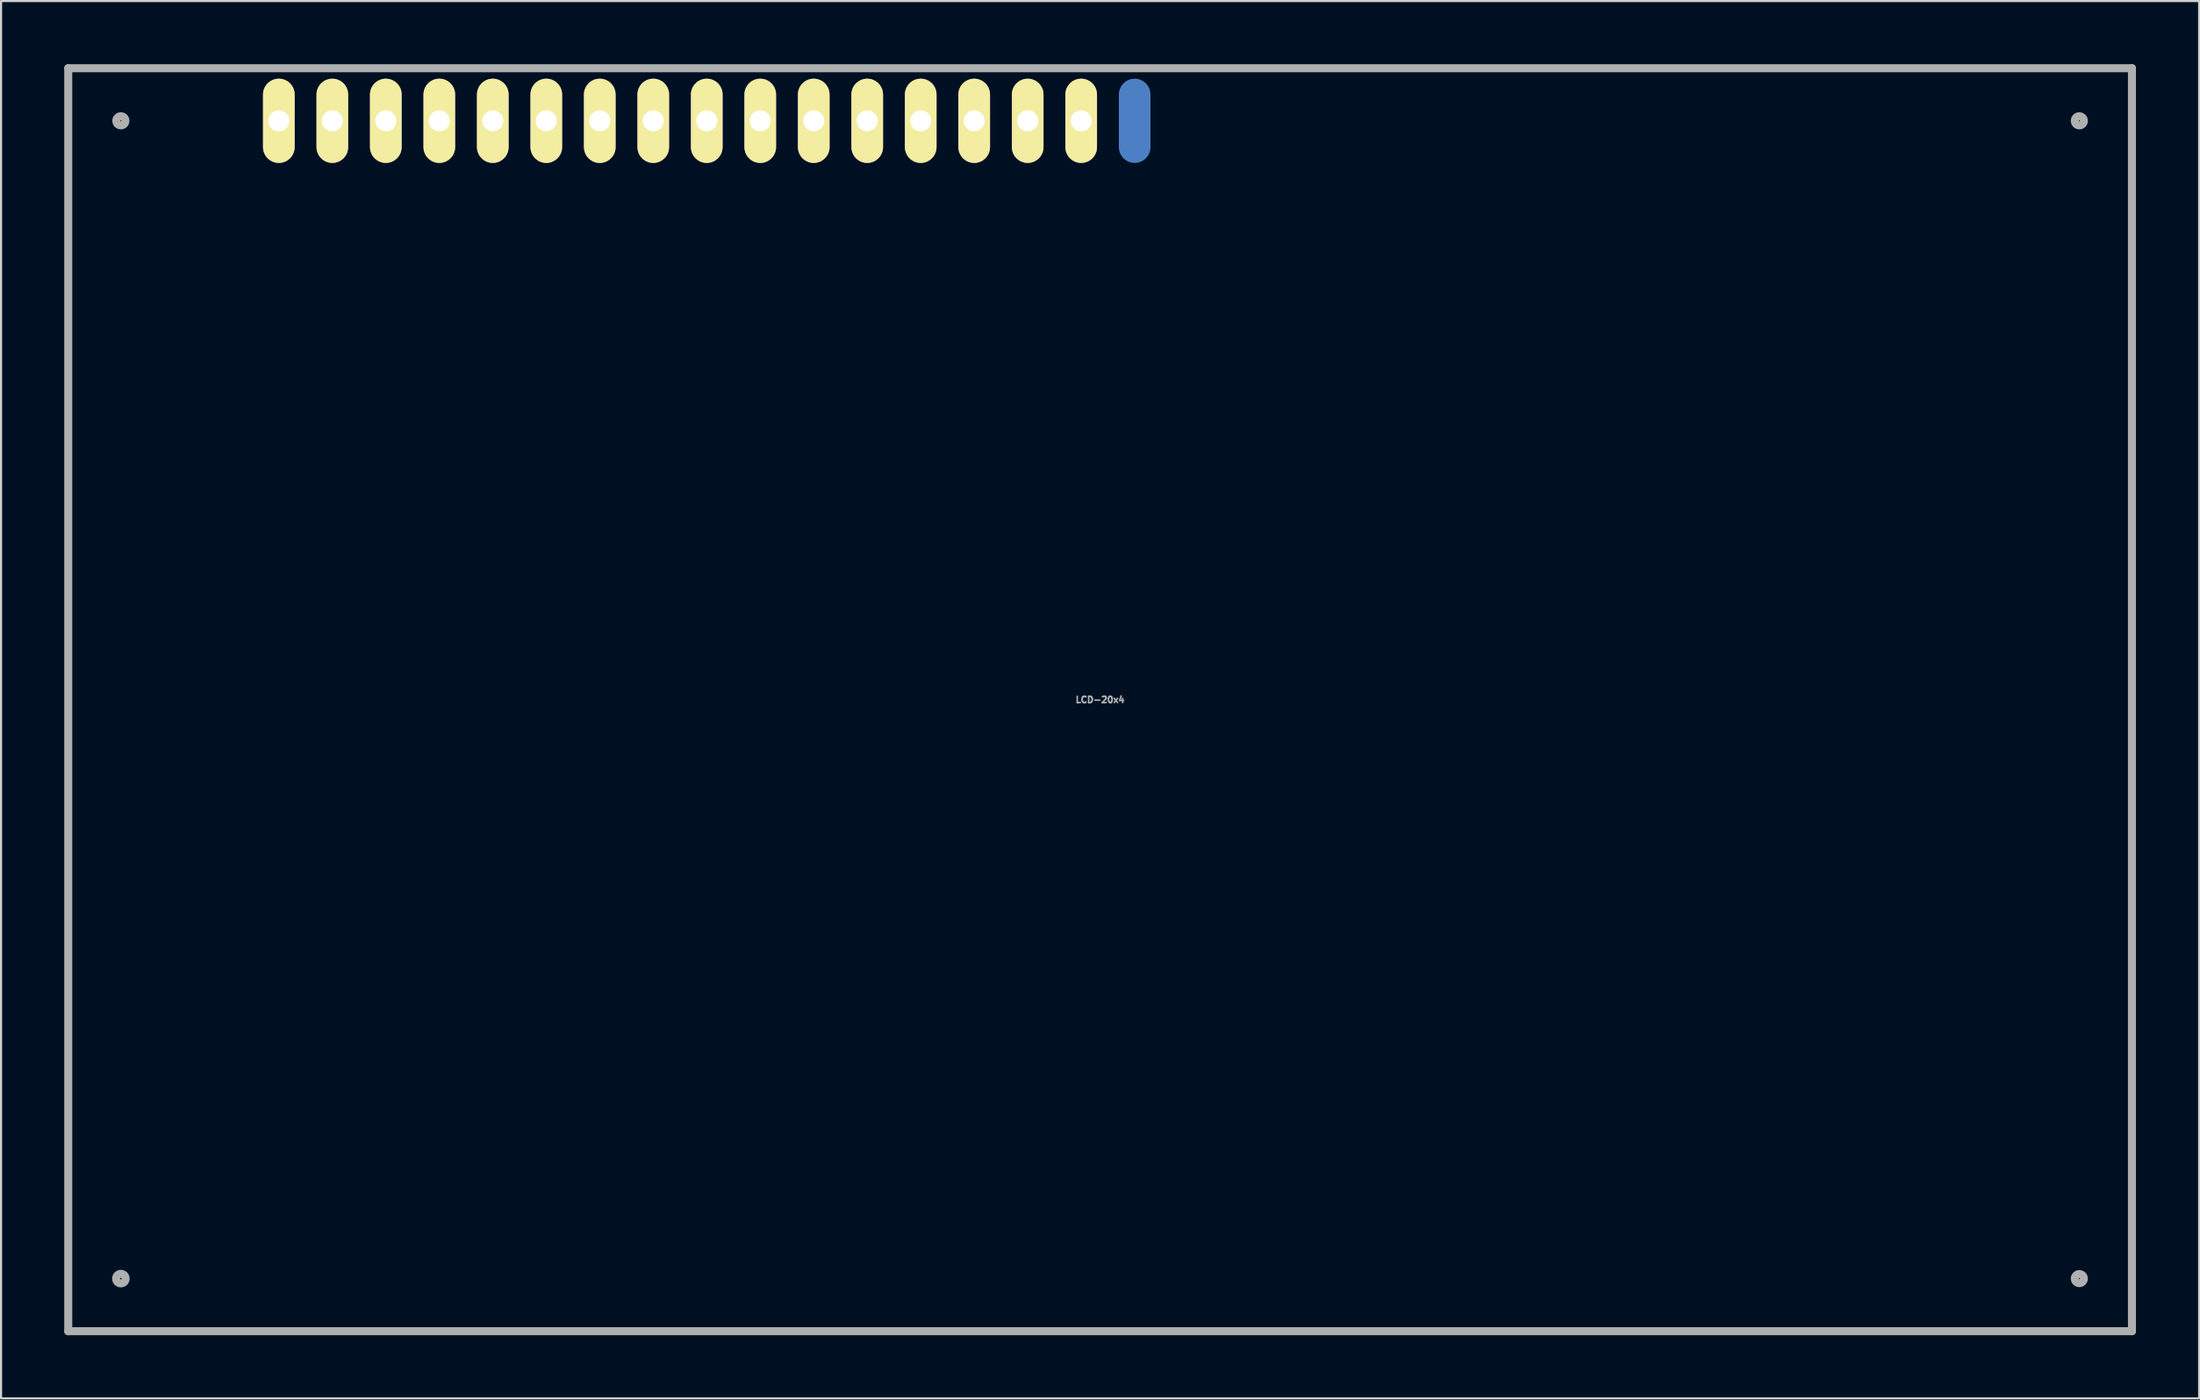
<source format=kicad_pcb>
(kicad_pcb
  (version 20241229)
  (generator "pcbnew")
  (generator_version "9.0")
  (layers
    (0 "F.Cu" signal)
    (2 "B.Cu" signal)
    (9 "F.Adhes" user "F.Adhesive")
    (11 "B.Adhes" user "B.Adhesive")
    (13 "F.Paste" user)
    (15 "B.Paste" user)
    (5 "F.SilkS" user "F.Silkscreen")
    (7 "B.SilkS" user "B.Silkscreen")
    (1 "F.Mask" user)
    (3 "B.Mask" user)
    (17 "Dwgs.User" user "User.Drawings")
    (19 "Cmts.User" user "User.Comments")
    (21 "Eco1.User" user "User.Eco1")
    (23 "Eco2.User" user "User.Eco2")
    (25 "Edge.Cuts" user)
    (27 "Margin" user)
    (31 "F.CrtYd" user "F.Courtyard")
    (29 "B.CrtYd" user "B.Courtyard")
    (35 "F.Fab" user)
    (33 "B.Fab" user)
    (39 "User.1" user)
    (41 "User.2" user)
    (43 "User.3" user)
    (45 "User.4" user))
  (footprint "LCD-20x4"
    (layer "F.Cu")
    (at 49.19 30.19)
    (property "Reference" "LCD-20x4" (at 0 0 0) (layer "F.Fab") (effects (font (size 0.3 0.3) (thickness 0.075))))
    (attr smd)
    (fp_line (start -48.999 -30) (end 48.999 -30) (stroke (width 0.381) (type solid)) (layer "F.Fab"))
    (fp_line (start -48.999 30) (end -48.999 -30) (stroke (width 0.381) (type solid)) (layer "F.Fab"))
    (fp_line (start 48.999 -30) (end 48.999 30) (stroke (width 0.381) (type solid)) (layer "F.Fab"))
    (fp_line (start 48.999 30) (end -48.999 30) (stroke (width 0.381) (type solid)) (layer "F.Fab"))
    (fp_circle (center -46.5 -27.501) (end -46.5 -27.475) (stroke (width 0.381) (type solid)) (fill no) (layer "F.Fab"))
    (fp_circle (center -46.5 27.501) (end -46.474 27.526) (stroke (width 0.381) (type solid)) (fill no) (layer "F.Fab"))
    (fp_circle (center 46.5 -27.501) (end 46.5 -27.475) (stroke (width 0.381) (type solid)) (fill no) (layer "F.Fab"))
    (fp_circle (center 46.5 27.501) (end 46.5 27.526) (stroke (width 0.381) (type solid)) (fill no) (layer "F.Fab"))
    (pad "" smd oval (at 1.641 -27.501) (size 1.501 4) (layers "B.Cu" "B.Mask" "B.Paste"))
    (pad "1" thru_hole oval (at -38.999 -27.501) (size 1.501 4) (drill 1.001) (layers "*.Cu" "*.Mask" "F.SilkS"))
    (pad "2" thru_hole oval (at -36.459 -27.501) (size 1.501 4) (drill 1.001) (layers "*.Cu" "*.Mask" "F.SilkS"))
    (pad "3" thru_hole oval (at -33.919 -27.501) (size 1.501 4) (drill 1.001) (layers "*.Cu" "*.Mask" "F.SilkS"))
    (pad "4" thru_hole oval (at -31.379 -27.501) (size 1.501 4) (drill 1.001) (layers "*.Cu" "*.Mask" "F.SilkS"))
    (pad "5" thru_hole oval (at -28.839 -27.501) (size 1.501 4) (drill 1.001) (layers "*.Cu" "*.Mask" "F.SilkS"))
    (pad "6" thru_hole oval (at -26.299 -27.501) (size 1.501 4) (drill 1.001) (layers "*.Cu" "*.Mask" "F.SilkS"))
    (pad "7" thru_hole oval (at -23.759 -27.501) (size 1.501 4) (drill 1.001) (layers "*.Cu" "*.Mask" "F.SilkS"))
    (pad "8" thru_hole oval (at -21.219 -27.501) (size 1.501 4) (drill 1.001) (layers "*.Cu" "*.Mask" "F.SilkS"))
    (pad "9" thru_hole oval (at -18.679 -27.501) (size 1.501 4) (drill 1.001) (layers "*.Cu" "*.Mask" "F.SilkS"))
    (pad "10" thru_hole oval (at -16.139 -27.501) (size 1.501 4) (drill 1.001) (layers "*.Cu" "*.Mask" "F.SilkS"))
    (pad "11" thru_hole oval (at -13.599 -27.501) (size 1.501 4) (drill 1.001) (layers "*.Cu" "*.Mask" "F.SilkS"))
    (pad "12" thru_hole oval (at -11.059 -27.501) (size 1.501 4) (drill 1.001) (layers "*.Cu" "*.Mask" "F.SilkS"))
    (pad "13" thru_hole oval (at -8.519 -27.501) (size 1.501 4) (drill 1.001) (layers "*.Cu" "*.Mask" "F.SilkS"))
    (pad "14" thru_hole oval (at -5.979 -27.501) (size 1.501 4) (drill 1.001) (layers "*.Cu" "*.Mask" "F.SilkS"))
    (pad "15" thru_hole oval (at -3.439 -27.501) (size 1.501 4) (drill 1.001) (layers "*.Cu" "*.Mask" "F.SilkS"))
    (pad "16" thru_hole oval (at -0.899 -27.501) (size 1.501 4) (drill 1.001) (layers "*.Cu" "*.Mask" "F.SilkS")))
  (gr_rect
    (start -3 -3)
    (end 101.379 63.381)
    (stroke (width 0.1) (type default))
    (fill no)
    (layer "Edge.Cuts")))
</source>
